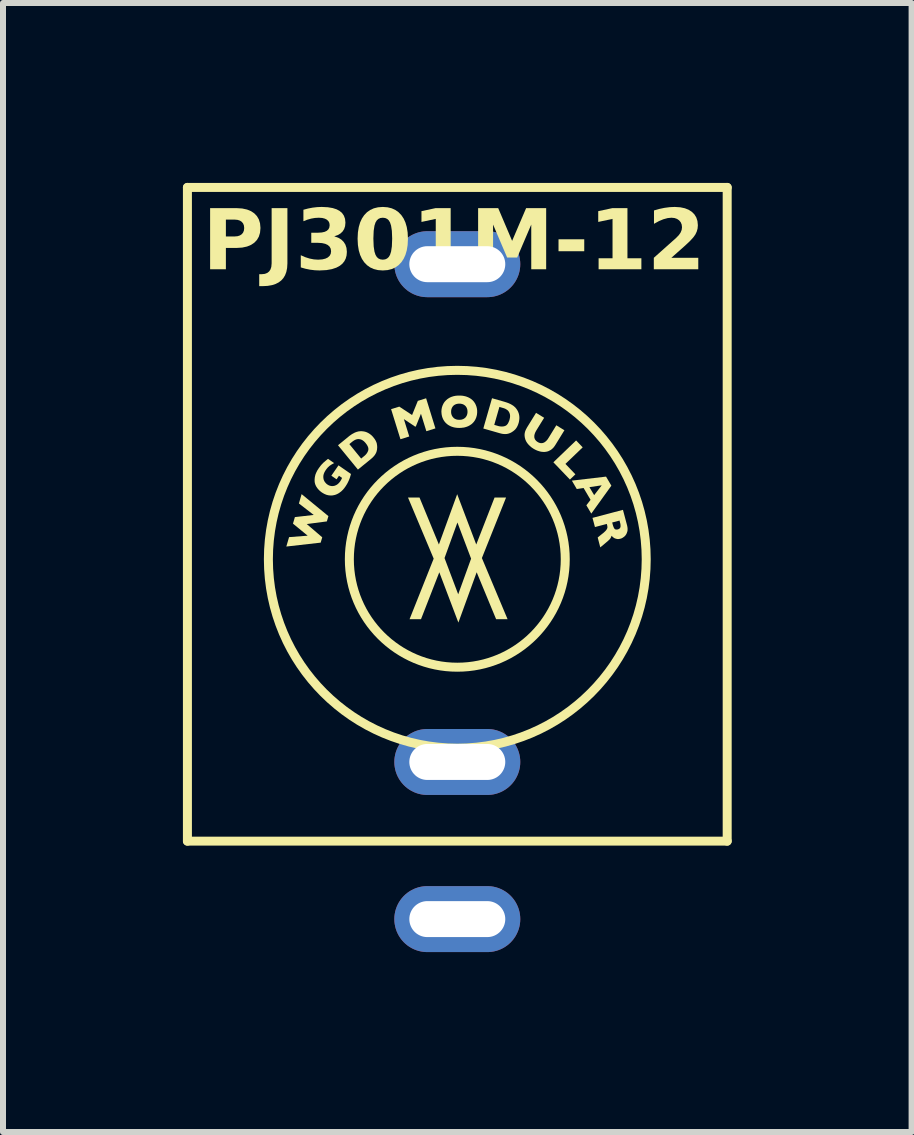
<source format=kicad_pcb>
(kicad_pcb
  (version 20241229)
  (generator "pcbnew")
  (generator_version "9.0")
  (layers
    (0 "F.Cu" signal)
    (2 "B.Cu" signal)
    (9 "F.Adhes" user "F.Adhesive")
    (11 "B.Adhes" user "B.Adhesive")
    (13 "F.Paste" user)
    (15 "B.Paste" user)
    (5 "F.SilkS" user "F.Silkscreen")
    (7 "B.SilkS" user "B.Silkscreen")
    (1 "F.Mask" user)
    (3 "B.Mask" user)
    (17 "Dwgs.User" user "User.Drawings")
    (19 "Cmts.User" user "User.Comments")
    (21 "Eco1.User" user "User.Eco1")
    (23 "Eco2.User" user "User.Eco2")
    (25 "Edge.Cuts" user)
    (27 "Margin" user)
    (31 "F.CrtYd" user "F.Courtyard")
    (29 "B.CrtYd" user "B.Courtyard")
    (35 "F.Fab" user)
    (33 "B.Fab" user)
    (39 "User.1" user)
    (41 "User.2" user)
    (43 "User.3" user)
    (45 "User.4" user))
  (footprint "PJ301M-12"
    (layer "F.Cu")
    (at 4.575 6.275)
    (property "Reference" "PJ301M-12" (at -4.25 -5.25 0) (layer "F.SilkS") (effects (font (face "Gill Sans") (size 1 1) (thickness 0.2) (bold yes) (italic yes)) (justify left)))
    (attr through_hole)
    (fp_line (start -4.5 -6.2) (end -4.5 4.7) (stroke (width 0.15) (type solid)) (layer "F.SilkS"))
    (fp_line (start -4.5 -6.2) (end 4.5 -6.2) (stroke (width 0.15) (type solid)) (layer "F.SilkS"))
    (fp_line (start -4.5 4.7) (end 4.5 4.7) (stroke (width 0.15) (type solid)) (layer "F.SilkS"))
    (fp_line (start 4.5 -6.2) (end 4.5 4.7) (stroke (width 0.15) (type solid)) (layer "F.SilkS"))
    (fp_circle (center 0 0) (end 1.8 0) (stroke (width 0.15) (type solid)) (fill no) (layer "F.SilkS"))
    (fp_circle (center 0 0) (end 3.15 0) (stroke (width 0.15) (type solid)) (fill no) (layer "F.SilkS"))
    (fp_poly (pts (xy 2.091 -1.866) (xy 1.803 -1.59) (xy 1.969 -1.416) (xy 1.878 -1.329) (xy 1.602 -1.617) (xy 1.981 -1.981)) (stroke (width -0.000001) (type solid)) (fill yes) (layer "F.SilkS"))
    (fp_poly (pts (xy -2.149 -0.719) (xy -2.175 -0.631) (xy -2.51 -0.587) (xy -2.252 -0.366) (xy -2.278 -0.277) (xy -2.851 -0.212) (xy -2.805 -0.369) (xy -2.495 -0.393) (xy -2.74 -0.594) (xy -2.708 -0.703) (xy -2.394 -0.739) (xy -2.641 -0.93) (xy -2.596 -1.086)) (stroke (width -0.000001) (type solid)) (fill yes) (layer "F.SilkS"))
    (fp_poly (pts (xy -0.365 -2.182) (xy -0.516 -2.135) (xy -0.606 -2.426) (xy -0.691 -2.215) (xy -0.702 -2.211) (xy -0.891 -2.337) (xy -0.801 -2.047) (xy -0.948 -2.001) (xy -1.104 -2.503) (xy -0.967 -2.545) (xy -0.754 -2.405) (xy -0.658 -2.641) (xy -0.52 -2.684)) (stroke (width -0.000001) (type solid)) (fill yes) (layer "F.SilkS"))
    (fp_poly (pts (xy 2.569 -1.227) (xy 2.234 -0.761) (xy 2.152 -0.9) (xy 2.222 -0.991) (xy 2.106 -1.188) (xy 1.992 -1.171) (xy 1.974 -1.202) (xy 2.203 -1.202) (xy 2.282 -1.069) (xy 2.408 -1.233) (xy 2.203 -1.202) (xy 1.974 -1.202) (xy 1.91 -1.311) (xy 2.48 -1.378)) (stroke (width -0.000001) (type solid)) (fill yes) (layer "F.SilkS"))
    (fp_poly (pts (xy 0.316 -0.246) (xy 0.621 -1.029) (xy 0.813 -1.029) (xy 0.41 -0.02) (xy 0.838 0.999) (xy 0.647 0.999) (xy 0.323 0.217) (xy 0.018 1.056) (xy -0.3 0.217) (xy -0.605 0.999) (xy -0.796 0.999) (xy -0.394 -0.01) (xy -0.398 -0.02) (xy -0.213 -0.02) (xy 0.015 0.584) (xy 0.23 -0.01) (xy 0.002 -0.613) (xy -0.213 -0.02) (xy -0.398 -0.02) (xy -0.822 -1.029) (xy -0.63 -1.029) (xy -0.307 -0.246) (xy -0.002 -1.085)) (stroke (width -0.000001) (type solid)) (fill yes) (layer "F.SilkS"))
    (fp_poly (pts (xy 0.789 -2.625) (xy 0.8 -2.621) (xy 0.812 -2.618) (xy 0.822 -2.614) (xy 0.832 -2.611) (xy 0.842 -2.607) (xy 0.851 -2.604) (xy 0.86 -2.6) (xy 0.868 -2.596) (xy 0.876 -2.593) (xy 0.884 -2.589) (xy 0.891 -2.585) (xy 0.899 -2.581) (xy 0.906 -2.577) (xy 0.912 -2.573) (xy 0.919 -2.569) (xy 0.925 -2.565) (xy 0.931 -2.561) (xy 0.937 -2.557) (xy 0.942 -2.553) (xy 0.947 -2.548) (xy 0.952 -2.544) (xy 0.957 -2.54) (xy 0.961 -2.536) (xy 0.965 -2.532) (xy 0.969 -2.528) (xy 0.973 -2.524) (xy 0.976 -2.519) (xy 0.98 -2.515) (xy 0.983 -2.511) (xy 0.986 -2.507) (xy 0.989 -2.503) (xy 0.992 -2.498) (xy 0.997 -2.491) (xy 1.001 -2.484) (xy 1.006 -2.476) (xy 1.01 -2.468) (xy 1.014 -2.46) (xy 1.017 -2.452) (xy 1.02 -2.444) (xy 1.023 -2.435) (xy 1.025 -2.431) (xy 1.026 -2.427) (xy 1.028 -2.418) (xy 1.03 -2.409) (xy 1.032 -2.399) (xy 1.033 -2.39) (xy 1.034 -2.38) (xy 1.035 -2.37) (xy 1.035 -2.36) (xy 1.035 -2.349) (xy 1.034 -2.339) (xy 1.033 -2.328) (xy 1.032 -2.318) (xy 1.03 -2.307) (xy 1.028 -2.296) (xy 1.026 -2.285) (xy 1.023 -2.274) (xy 1.02 -2.265) (xy 1.017 -2.255) (xy 1.014 -2.246) (xy 1.01 -2.238) (xy 1.007 -2.229) (xy 1.003 -2.221) (xy 0.999 -2.214) (xy 0.996 -2.206) (xy 0.991 -2.199) (xy 0.987 -2.192) (xy 0.983 -2.186) (xy 0.978 -2.18) (xy 0.974 -2.174) (xy 0.969 -2.168) (xy 0.964 -2.163) (xy 0.959 -2.158) (xy 0.953 -2.153) (xy 0.948 -2.148) (xy 0.943 -2.144) (xy 0.938 -2.14) (xy 0.932 -2.135) (xy 0.927 -2.132) (xy 0.921 -2.128) (xy 0.916 -2.124) (xy 0.91 -2.121) (xy 0.905 -2.117) (xy 0.899 -2.114) (xy 0.893 -2.111) (xy 0.888 -2.108) (xy 0.882 -2.106) (xy 0.876 -2.103) (xy 0.87 -2.101) (xy 0.862 -2.098) (xy 0.853 -2.095) (xy 0.844 -2.093) (xy 0.835 -2.091) (xy 0.826 -2.089) (xy 0.816 -2.088) (xy 0.806 -2.088) (xy 0.796 -2.087) (xy 0.786 -2.088) (xy 0.775 -2.088) (xy 0.764 -2.09) (xy 0.753 -2.091) (xy 0.742 -2.093) (xy 0.73 -2.096) (xy 0.718 -2.099) (xy 0.706 -2.102) (xy 0.434 -2.18) (xy 0.451 -2.241) (xy 0.616 -2.241) (xy 0.681 -2.222) (xy 0.688 -2.22) (xy 0.696 -2.218) (xy 0.703 -2.217) (xy 0.71 -2.216) (xy 0.717 -2.215) (xy 0.725 -2.214) (xy 0.732 -2.214) (xy 0.739 -2.213) (xy 0.746 -2.213) (xy 0.752 -2.214) (xy 0.759 -2.214) (xy 0.766 -2.215) (xy 0.773 -2.216) (xy 0.779 -2.217) (xy 0.786 -2.219) (xy 0.792 -2.221) (xy 0.796 -2.222) (xy 0.799 -2.223) (xy 0.802 -2.225) (xy 0.805 -2.226) (xy 0.808 -2.228) (xy 0.811 -2.229) (xy 0.814 -2.231) (xy 0.817 -2.233) (xy 0.82 -2.236) (xy 0.822 -2.238) (xy 0.825 -2.24) (xy 0.828 -2.243) (xy 0.83 -2.246) (xy 0.833 -2.249) (xy 0.835 -2.252) (xy 0.838 -2.255) (xy 0.84 -2.258) (xy 0.843 -2.262) (xy 0.847 -2.269) (xy 0.851 -2.277) (xy 0.855 -2.286) (xy 0.859 -2.295) (xy 0.863 -2.304) (xy 0.867 -2.314) (xy 0.87 -2.325) (xy 0.872 -2.333) (xy 0.874 -2.34) (xy 0.875 -2.348) (xy 0.877 -2.355) (xy 0.878 -2.362) (xy 0.879 -2.369) (xy 0.879 -2.375) (xy 0.88 -2.382) (xy 0.88 -2.388) (xy 0.88 -2.394) (xy 0.879 -2.4) (xy 0.879 -2.406) (xy 0.878 -2.412) (xy 0.877 -2.417) (xy 0.875 -2.423) (xy 0.874 -2.428) (xy 0.872 -2.433) (xy 0.87 -2.438) (xy 0.868 -2.443) (xy 0.866 -2.447) (xy 0.864 -2.452) (xy 0.861 -2.456) (xy 0.859 -2.46) (xy 0.856 -2.464) (xy 0.854 -2.468) (xy 0.851 -2.472) (xy 0.848 -2.475) (xy 0.845 -2.478) (xy 0.841 -2.482) (xy 0.838 -2.485) (xy 0.834 -2.488) (xy 0.831 -2.49) (xy 0.827 -2.493) (xy 0.823 -2.495) (xy 0.819 -2.498) (xy 0.816 -2.5) (xy 0.812 -2.502) (xy 0.808 -2.505) (xy 0.804 -2.507) (xy 0.8 -2.509) (xy 0.796 -2.511) (xy 0.792 -2.512) (xy 0.788 -2.514) (xy 0.784 -2.516) (xy 0.78 -2.517) (xy 0.775 -2.519) (xy 0.771 -2.52) (xy 0.767 -2.521) (xy 0.702 -2.54) (xy 0.616 -2.241) (xy 0.451 -2.241) (xy 0.579 -2.685)) (stroke (width -0.000001) (type solid)) (fill yes) (layer "F.SilkS"))
    (fp_poly (pts (xy 1.448 -2.359) (xy 1.317 -2.147) (xy 1.314 -2.141) (xy 1.311 -2.136) (xy 1.308 -2.13) (xy 1.305 -2.125) (xy 1.302 -2.12) (xy 1.3 -2.115) (xy 1.298 -2.109) (xy 1.296 -2.104) (xy 1.294 -2.099) (xy 1.292 -2.094) (xy 1.29 -2.089) (xy 1.289 -2.085) (xy 1.288 -2.08) (xy 1.287 -2.075) (xy 1.286 -2.07) (xy 1.285 -2.066) (xy 1.284 -2.061) (xy 1.284 -2.057) (xy 1.284 -2.052) (xy 1.284 -2.048) (xy 1.284 -2.044) (xy 1.284 -2.04) (xy 1.284 -2.035) (xy 1.285 -2.031) (xy 1.285 -2.027) (xy 1.286 -2.024) (xy 1.287 -2.02) (xy 1.288 -2.016) (xy 1.29 -2.012) (xy 1.291 -2.009) (xy 1.293 -2.005) (xy 1.294 -2.002) (xy 1.296 -1.998) (xy 1.298 -1.995) (xy 1.3 -1.992) (xy 1.303 -1.988) (xy 1.305 -1.985) (xy 1.308 -1.982) (xy 1.31 -1.979) (xy 1.313 -1.976) (xy 1.316 -1.973) (xy 1.319 -1.971) (xy 1.322 -1.968) (xy 1.325 -1.965) (xy 1.329 -1.963) (xy 1.332 -1.96) (xy 1.336 -1.958) (xy 1.34 -1.955) (xy 1.344 -1.953) (xy 1.347 -1.951) (xy 1.351 -1.949) (xy 1.355 -1.947) (xy 1.359 -1.945) (xy 1.362 -1.944) (xy 1.366 -1.942) (xy 1.37 -1.941) (xy 1.374 -1.94) (xy 1.378 -1.939) (xy 1.381 -1.938) (xy 1.385 -1.937) (xy 1.389 -1.937) (xy 1.393 -1.936) (xy 1.397 -1.936) (xy 1.401 -1.936) (xy 1.405 -1.936) (xy 1.408 -1.936) (xy 1.412 -1.936) (xy 1.416 -1.937) (xy 1.42 -1.938) (xy 1.424 -1.938) (xy 1.428 -1.939) (xy 1.432 -1.941) (xy 1.435 -1.942) (xy 1.439 -1.943) (xy 1.443 -1.945) (xy 1.447 -1.947) (xy 1.451 -1.949) (xy 1.455 -1.951) (xy 1.458 -1.953) (xy 1.462 -1.956) (xy 1.466 -1.959) (xy 1.47 -1.962) (xy 1.473 -1.965) (xy 1.477 -1.968) (xy 1.481 -1.971) (xy 1.485 -1.975) (xy 1.488 -1.979) (xy 1.492 -1.983) (xy 1.495 -1.987) (xy 1.499 -1.991) (xy 1.503 -1.996) (xy 1.506 -2) (xy 1.51 -2.005) (xy 1.513 -2.01) (xy 1.516 -2.016) (xy 1.52 -2.021) (xy 1.651 -2.234) (xy 1.786 -2.151) (xy 1.634 -1.904) (xy 1.629 -1.897) (xy 1.625 -1.89) (xy 1.62 -1.883) (xy 1.615 -1.877) (xy 1.61 -1.871) (xy 1.606 -1.865) (xy 1.601 -1.859) (xy 1.596 -1.854) (xy 1.59 -1.849) (xy 1.585 -1.844) (xy 1.58 -1.839) (xy 1.574 -1.835) (xy 1.569 -1.83) (xy 1.563 -1.826) (xy 1.558 -1.823) (xy 1.552 -1.819) (xy 1.546 -1.816) (xy 1.54 -1.813) (xy 1.534 -1.81) (xy 1.528 -1.807) (xy 1.523 -1.804) (xy 1.517 -1.802) (xy 1.511 -1.8) (xy 1.505 -1.798) (xy 1.499 -1.796) (xy 1.493 -1.795) (xy 1.486 -1.794) (xy 1.48 -1.792) (xy 1.474 -1.792) (xy 1.468 -1.791) (xy 1.462 -1.79) (xy 1.456 -1.79) (xy 1.443 -1.79) (xy 1.431 -1.79) (xy 1.425 -1.79) (xy 1.419 -1.791) (xy 1.413 -1.792) (xy 1.406 -1.792) (xy 1.4 -1.793) (xy 1.394 -1.794) (xy 1.388 -1.795) (xy 1.382 -1.797) (xy 1.376 -1.798) (xy 1.37 -1.8) (xy 1.365 -1.801) (xy 1.359 -1.803) (xy 1.347 -1.807) (xy 1.335 -1.811) (xy 1.324 -1.816) (xy 1.313 -1.82) (xy 1.302 -1.826) (xy 1.292 -1.831) (xy 1.281 -1.837) (xy 1.271 -1.843) (xy 1.264 -1.847) (xy 1.257 -1.852) (xy 1.25 -1.857) (xy 1.243 -1.861) (xy 1.237 -1.866) (xy 1.23 -1.872) (xy 1.224 -1.877) (xy 1.218 -1.882) (xy 1.212 -1.888) (xy 1.206 -1.893) (xy 1.2 -1.899) (xy 1.194 -1.905) (xy 1.188 -1.911) (xy 1.183 -1.917) (xy 1.177 -1.924) (xy 1.172 -1.93) (xy 1.167 -1.937) (xy 1.162 -1.944) (xy 1.158 -1.95) (xy 1.153 -1.957) (xy 1.149 -1.965) (xy 1.146 -1.972) (xy 1.142 -1.979) (xy 1.139 -1.987) (xy 1.136 -1.994) (xy 1.133 -2.002) (xy 1.131 -2.01) (xy 1.129 -2.018) (xy 1.127 -2.026) (xy 1.125 -2.034) (xy 1.124 -2.043) (xy 1.123 -2.051) (xy 1.122 -2.06) (xy 1.122 -2.069) (xy 1.122 -2.077) (xy 1.122 -2.086) (xy 1.123 -2.095) (xy 1.125 -2.104) (xy 1.126 -2.113) (xy 1.129 -2.122) (xy 1.131 -2.131) (xy 1.134 -2.14) (xy 1.138 -2.149) (xy 1.142 -2.158) (xy 1.146 -2.167) (xy 1.151 -2.176) (xy 1.156 -2.185) (xy 1.161 -2.195) (xy 1.313 -2.441)) (stroke (width -0.000001) (type solid)) (fill yes) (layer "F.SilkS"))
    (fp_poly (pts (xy -1.601 -2.135) (xy -1.592 -2.135) (xy -1.583 -2.134) (xy -1.575 -2.133) (xy -1.566 -2.132) (xy -1.557 -2.131) (xy -1.549 -2.129) (xy -1.54 -2.127) (xy -1.531 -2.125) (xy -1.527 -2.123) (xy -1.523 -2.122) (xy -1.518 -2.12) (xy -1.514 -2.119) (xy -1.51 -2.117) (xy -1.505 -2.115) (xy -1.497 -2.111) (xy -1.488 -2.107) (xy -1.48 -2.102) (xy -1.471 -2.097) (xy -1.462 -2.091) (xy -1.458 -2.088) (xy -1.454 -2.085) (xy -1.45 -2.082) (xy -1.446 -2.079) (xy -1.442 -2.076) (xy -1.437 -2.072) (xy -1.433 -2.069) (xy -1.429 -2.065) (xy -1.426 -2.061) (xy -1.422 -2.058) (xy -1.418 -2.054) (xy -1.414 -2.05) (xy -1.41 -2.045) (xy -1.406 -2.041) (xy -1.403 -2.037) (xy -1.399 -2.032) (xy -1.393 -2.025) (xy -1.387 -2.017) (xy -1.381 -2.009) (xy -1.376 -2.002) (xy -1.371 -1.994) (xy -1.367 -1.987) (xy -1.362 -1.979) (xy -1.359 -1.972) (xy -1.355 -1.964) (xy -1.352 -1.957) (xy -1.349 -1.95) (xy -1.346 -1.942) (xy -1.344 -1.935) (xy -1.342 -1.928) (xy -1.341 -1.921) (xy -1.34 -1.914) (xy -1.339 -1.907) (xy -1.338 -1.9) (xy -1.337 -1.893) (xy -1.337 -1.886) (xy -1.336 -1.879) (xy -1.336 -1.872) (xy -1.336 -1.866) (xy -1.336 -1.859) (xy -1.337 -1.853) (xy -1.337 -1.846) (xy -1.338 -1.84) (xy -1.338 -1.833) (xy -1.339 -1.827) (xy -1.34 -1.821) (xy -1.342 -1.815) (xy -1.343 -1.809) (xy -1.345 -1.8) (xy -1.348 -1.791) (xy -1.351 -1.782) (xy -1.355 -1.774) (xy -1.359 -1.765) (xy -1.364 -1.757) (xy -1.369 -1.748) (xy -1.374 -1.74) (xy -1.381 -1.731) (xy -1.387 -1.723) (xy -1.394 -1.715) (xy -1.402 -1.707) (xy -1.41 -1.698) (xy -1.419 -1.69) (xy -1.428 -1.682) (xy -1.437 -1.674) (xy -1.657 -1.495) (xy -1.989 -1.901) (xy -1.966 -1.92) (xy -1.8 -1.92) (xy -1.603 -1.679) (xy -1.551 -1.722) (xy -1.545 -1.727) (xy -1.539 -1.732) (xy -1.534 -1.737) (xy -1.529 -1.742) (xy -1.524 -1.748) (xy -1.519 -1.753) (xy -1.515 -1.759) (xy -1.51 -1.764) (xy -1.507 -1.77) (xy -1.503 -1.776) (xy -1.499 -1.782) (xy -1.496 -1.788) (xy -1.493 -1.794) (xy -1.491 -1.8) (xy -1.488 -1.807) (xy -1.486 -1.813) (xy -1.485 -1.816) (xy -1.484 -1.819) (xy -1.483 -1.826) (xy -1.483 -1.833) (xy -1.483 -1.84) (xy -1.483 -1.847) (xy -1.484 -1.854) (xy -1.486 -1.862) (xy -1.488 -1.869) (xy -1.491 -1.877) (xy -1.495 -1.885) (xy -1.499 -1.893) (xy -1.503 -1.901) (xy -1.509 -1.91) (xy -1.514 -1.918) (xy -1.521 -1.927) (xy -1.528 -1.936) (xy -1.533 -1.942) (xy -1.538 -1.948) (xy -1.543 -1.953) (xy -1.548 -1.958) (xy -1.553 -1.963) (xy -1.558 -1.968) (xy -1.564 -1.972) (xy -1.569 -1.976) (xy -1.574 -1.98) (xy -1.579 -1.983) (xy -1.584 -1.986) (xy -1.589 -1.989) (xy -1.595 -1.992) (xy -1.6 -1.994) (xy -1.605 -1.996) (xy -1.61 -1.998) (xy -1.615 -1.999) (xy -1.62 -2) (xy -1.625 -2.001) (xy -1.63 -2.002) (xy -1.635 -2.003) (xy -1.64 -2.003) (xy -1.645 -2.004) (xy -1.65 -2.004) (xy -1.655 -2.004) (xy -1.659 -2.003) (xy -1.664 -2.003) (xy -1.668 -2.002) (xy -1.673 -2.001) (xy -1.677 -2) (xy -1.682 -1.999) (xy -1.686 -1.997) (xy -1.69 -1.996) (xy -1.694 -1.994) (xy -1.699 -1.993) (xy -1.703 -1.991) (xy -1.707 -1.989) (xy -1.711 -1.987) (xy -1.715 -1.985) (xy -1.718 -1.983) (xy -1.722 -1.98) (xy -1.726 -1.978) (xy -1.73 -1.976) (xy -1.733 -1.973) (xy -1.737 -1.971) (xy -1.741 -1.968) (xy -1.744 -1.965) (xy -1.748 -1.963) (xy -1.8 -1.92) (xy -1.966 -1.92) (xy -1.82 -2.039) (xy -1.811 -2.047) (xy -1.802 -2.054) (xy -1.793 -2.061) (xy -1.784 -2.067) (xy -1.776 -2.073) (xy -1.767 -2.079) (xy -1.76 -2.084) (xy -1.752 -2.089) (xy -1.744 -2.093) (xy -1.737 -2.097) (xy -1.729 -2.101) (xy -1.722 -2.105) (xy -1.715 -2.109) (xy -1.708 -2.112) (xy -1.701 -2.115) (xy -1.694 -2.118) (xy -1.687 -2.12) (xy -1.68 -2.123) (xy -1.674 -2.125) (xy -1.668 -2.126) (xy -1.661 -2.128) (xy -1.655 -2.13) (xy -1.649 -2.131) (xy -1.644 -2.132) (xy -1.638 -2.133) (xy -1.632 -2.133) (xy -1.627 -2.134) (xy -1.622 -2.134) (xy -1.616 -2.135) (xy -1.611 -2.135) (xy -1.606 -2.135)) (stroke (width -0.000001) (type solid)) (fill yes) (layer "F.SilkS"))
    (fp_poly (pts (xy 2.831 -0.564) (xy 2.833 -0.556) (xy 2.834 -0.548) (xy 2.836 -0.541) (xy 2.837 -0.533) (xy 2.838 -0.526) (xy 2.839 -0.519) (xy 2.839 -0.512) (xy 2.839 -0.505) (xy 2.839 -0.498) (xy 2.839 -0.491) (xy 2.839 -0.485) (xy 2.838 -0.478) (xy 2.837 -0.472) (xy 2.836 -0.466) (xy 2.834 -0.46) (xy 2.832 -0.454) (xy 2.83 -0.448) (xy 2.828 -0.442) (xy 2.826 -0.437) (xy 2.824 -0.431) (xy 2.821 -0.426) (xy 2.819 -0.421) (xy 2.816 -0.416) (xy 2.813 -0.411) (xy 2.81 -0.407) (xy 2.807 -0.402) (xy 2.804 -0.398) (xy 2.8 -0.394) (xy 2.797 -0.39) (xy 2.793 -0.386) (xy 2.789 -0.383) (xy 2.786 -0.379) (xy 2.782 -0.376) (xy 2.777 -0.372) (xy 2.773 -0.369) (xy 2.769 -0.367) (xy 2.765 -0.364) (xy 2.761 -0.361) (xy 2.757 -0.359) (xy 2.753 -0.356) (xy 2.749 -0.354) (xy 2.745 -0.352) (xy 2.741 -0.35) (xy 2.737 -0.348) (xy 2.733 -0.347) (xy 2.729 -0.345) (xy 2.725 -0.344) (xy 2.721 -0.343) (xy 2.716 -0.342) (xy 2.711 -0.341) (xy 2.706 -0.34) (xy 2.702 -0.339) (xy 2.697 -0.338) (xy 2.693 -0.338) (xy 2.688 -0.337) (xy 2.684 -0.337) (xy 2.68 -0.337) (xy 2.676 -0.337) (xy 2.671 -0.337) (xy 2.667 -0.338) (xy 2.663 -0.338) (xy 2.659 -0.339) (xy 2.655 -0.34) (xy 2.652 -0.341) (xy 2.644 -0.343) (xy 2.641 -0.344) (xy 2.637 -0.345) (xy 2.634 -0.346) (xy 2.631 -0.347) (xy 2.628 -0.348) (xy 2.625 -0.35) (xy 2.622 -0.351) (xy 2.619 -0.352) (xy 2.616 -0.354) (xy 2.614 -0.355) (xy 2.611 -0.357) (xy 2.609 -0.358) (xy 2.607 -0.36) (xy 2.605 -0.362) (xy 2.601 -0.365) (xy 2.596 -0.369) (xy 2.592 -0.372) (xy 2.588 -0.376) (xy 2.584 -0.38) (xy 2.58 -0.384) (xy 2.576 -0.388) (xy 2.572 -0.393) (xy 2.571 -0.389) (xy 2.57 -0.386) (xy 2.569 -0.382) (xy 2.567 -0.379) (xy 2.566 -0.376) (xy 2.565 -0.372) (xy 2.564 -0.369) (xy 2.562 -0.366) (xy 2.561 -0.363) (xy 2.559 -0.36) (xy 2.558 -0.357) (xy 2.556 -0.354) (xy 2.554 -0.351) (xy 2.552 -0.349) (xy 2.551 -0.346) (xy 2.549 -0.343) (xy 2.547 -0.34) (xy 2.544 -0.338) (xy 2.542 -0.334) (xy 2.539 -0.331) (xy 2.535 -0.328) (xy 2.532 -0.324) (xy 2.528 -0.32) (xy 2.524 -0.317) (xy 2.515 -0.308) (xy 2.505 -0.299) (xy 2.493 -0.289) (xy 2.481 -0.279) (xy 2.384 -0.198) (xy 2.341 -0.363) (xy 2.42 -0.427) (xy 2.431 -0.435) (xy 2.44 -0.443) (xy 2.449 -0.451) (xy 2.457 -0.459) (xy 2.465 -0.466) (xy 2.471 -0.473) (xy 2.477 -0.479) (xy 2.48 -0.482) (xy 2.482 -0.485) (xy 2.484 -0.488) (xy 2.486 -0.491) (xy 2.488 -0.494) (xy 2.49 -0.497) (xy 2.492 -0.5) (xy 2.493 -0.502) (xy 2.495 -0.505) (xy 2.496 -0.508) (xy 2.497 -0.51) (xy 2.499 -0.513) (xy 2.499 -0.515) (xy 2.5 -0.518) (xy 2.501 -0.52) (xy 2.502 -0.523) (xy 2.502 -0.525) (xy 2.502 -0.527) (xy 2.503 -0.53) (xy 2.503 -0.532) (xy 2.503 -0.534) (xy 2.503 -0.537) (xy 2.503 -0.54) (xy 2.503 -0.542) (xy 2.502 -0.545) (xy 2.502 -0.548) (xy 2.502 -0.55) (xy 2.501 -0.553) (xy 2.501 -0.556) (xy 2.5 -0.559) (xy 2.5 -0.562) (xy 2.499 -0.566) (xy 2.497 -0.572) (xy 2.493 -0.589) (xy 2.295 -0.537) (xy 2.275 -0.613) (xy 2.583 -0.613) (xy 2.591 -0.58) (xy 2.595 -0.567) (xy 2.599 -0.554) (xy 2.603 -0.543) (xy 2.605 -0.538) (xy 2.607 -0.534) (xy 2.609 -0.529) (xy 2.611 -0.525) (xy 2.613 -0.521) (xy 2.615 -0.518) (xy 2.617 -0.514) (xy 2.619 -0.511) (xy 2.622 -0.509) (xy 2.624 -0.506) (xy 2.625 -0.505) (xy 2.626 -0.504) (xy 2.627 -0.503) (xy 2.629 -0.502) (xy 2.63 -0.502) (xy 2.631 -0.501) (xy 2.632 -0.5) (xy 2.634 -0.499) (xy 2.635 -0.499) (xy 2.637 -0.498) (xy 2.638 -0.498) (xy 2.64 -0.497) (xy 2.641 -0.497) (xy 2.643 -0.496) (xy 2.646 -0.496) (xy 2.649 -0.495) (xy 2.653 -0.495) (xy 2.656 -0.495) (xy 2.66 -0.495) (xy 2.664 -0.496) (xy 2.668 -0.496) (xy 2.672 -0.497) (xy 2.676 -0.498) (xy 2.681 -0.499) (xy 2.685 -0.501) (xy 2.689 -0.502) (xy 2.692 -0.504) (xy 2.696 -0.506) (xy 2.699 -0.508) (xy 2.702 -0.51) (xy 2.705 -0.512) (xy 2.707 -0.514) (xy 2.71 -0.517) (xy 2.712 -0.519) (xy 2.714 -0.522) (xy 2.715 -0.525) (xy 2.717 -0.528) (xy 2.718 -0.531) (xy 2.719 -0.534) (xy 2.72 -0.538) (xy 2.721 -0.541) (xy 2.722 -0.545) (xy 2.722 -0.549) (xy 2.722 -0.553) (xy 2.722 -0.558) (xy 2.722 -0.563) (xy 2.722 -0.567) (xy 2.721 -0.572) (xy 2.721 -0.578) (xy 2.72 -0.583) (xy 2.719 -0.589) (xy 2.718 -0.594) (xy 2.717 -0.6) (xy 2.715 -0.607) (xy 2.713 -0.613) (xy 2.705 -0.645) (xy 2.583 -0.613) (xy 2.275 -0.613) (xy 2.254 -0.69) (xy 2.762 -0.824)) (stroke (width -0.000001) (type solid)) (fill yes) (layer "F.SilkS"))
    (fp_poly (pts (xy -2.053 -1.603) (xy -2.062 -1.599) (xy -2.071 -1.594) (xy -2.08 -1.589) (xy -2.089 -1.584) (xy -2.098 -1.579) (xy -2.107 -1.573) (xy -2.116 -1.567) (xy -2.124 -1.561) (xy -2.129 -1.558) (xy -2.133 -1.555) (xy -2.137 -1.551) (xy -2.141 -1.547) (xy -2.146 -1.543) (xy -2.15 -1.539) (xy -2.154 -1.535) (xy -2.159 -1.531) (xy -2.163 -1.526) (xy -2.167 -1.521) (xy -2.171 -1.516) (xy -2.176 -1.511) (xy -2.18 -1.505) (xy -2.184 -1.5) (xy -2.188 -1.494) (xy -2.193 -1.488) (xy -2.197 -1.481) (xy -2.202 -1.474) (xy -2.206 -1.467) (xy -2.21 -1.46) (xy -2.213 -1.453) (xy -2.217 -1.447) (xy -2.22 -1.44) (xy -2.222 -1.433) (xy -2.225 -1.427) (xy -2.227 -1.42) (xy -2.229 -1.414) (xy -2.23 -1.408) (xy -2.232 -1.401) (xy -2.233 -1.395) (xy -2.233 -1.389) (xy -2.234 -1.383) (xy -2.234 -1.377) (xy -2.234 -1.371) (xy -2.234 -1.365) (xy -2.233 -1.359) (xy -2.233 -1.354) (xy -2.232 -1.348) (xy -2.231 -1.343) (xy -2.23 -1.338) (xy -2.229 -1.333) (xy -2.228 -1.328) (xy -2.226 -1.323) (xy -2.224 -1.318) (xy -2.222 -1.314) (xy -2.22 -1.309) (xy -2.218 -1.305) (xy -2.216 -1.3) (xy -2.213 -1.296) (xy -2.21 -1.292) (xy -2.208 -1.288) (xy -2.205 -1.284) (xy -2.202 -1.281) (xy -2.199 -1.277) (xy -2.196 -1.274) (xy -2.193 -1.27) (xy -2.19 -1.267) (xy -2.187 -1.264) (xy -2.184 -1.261) (xy -2.181 -1.258) (xy -2.178 -1.255) (xy -2.174 -1.252) (xy -2.171 -1.25) (xy -2.167 -1.247) (xy -2.163 -1.245) (xy -2.159 -1.242) (xy -2.155 -1.24) (xy -2.151 -1.237) (xy -2.147 -1.235) (xy -2.142 -1.233) (xy -2.138 -1.231) (xy -2.133 -1.229) (xy -2.129 -1.228) (xy -2.125 -1.226) (xy -2.12 -1.225) (xy -2.115 -1.224) (xy -2.111 -1.223) (xy -2.106 -1.222) (xy -2.101 -1.221) (xy -2.097 -1.221) (xy -2.092 -1.22) (xy -2.087 -1.22) (xy -2.082 -1.22) (xy -2.078 -1.22) (xy -2.073 -1.221) (xy -2.068 -1.221) (xy -2.063 -1.222) (xy -2.059 -1.223) (xy -2.054 -1.224) (xy -2.049 -1.225) (xy -2.044 -1.226) (xy -2.04 -1.228) (xy -2.035 -1.23) (xy -2.03 -1.232) (xy -2.025 -1.234) (xy -2.021 -1.236) (xy -2.016 -1.239) (xy -2.011 -1.241) (xy -2.007 -1.244) (xy -2.002 -1.247) (xy -1.997 -1.251) (xy -1.993 -1.254) (xy -1.989 -1.258) (xy -1.984 -1.262) (xy -1.98 -1.266) (xy -1.976 -1.27) (xy -1.972 -1.274) (xy -1.968 -1.279) (xy -1.964 -1.284) (xy -1.96 -1.288) (xy -1.956 -1.294) (xy -1.952 -1.299) (xy -1.948 -1.305) (xy -1.944 -1.312) (xy -1.94 -1.319) (xy -1.936 -1.326) (xy -1.932 -1.333) (xy -1.929 -1.341) (xy -1.925 -1.348) (xy -1.922 -1.357) (xy -1.973 -1.392) (xy -2.013 -1.333) (xy -2.1 -1.393) (xy -1.981 -1.566) (xy -1.773 -1.422) (xy -1.775 -1.413) (xy -1.778 -1.405) (xy -1.781 -1.392) (xy -1.783 -1.385) (xy -1.785 -1.38) (xy -1.787 -1.374) (xy -1.788 -1.368) (xy -1.789 -1.365) (xy -1.79 -1.362) (xy -1.792 -1.359) (xy -1.793 -1.355) (xy -1.796 -1.346) (xy -1.8 -1.337) (xy -1.803 -1.328) (xy -1.807 -1.32) (xy -1.81 -1.311) (xy -1.814 -1.303) (xy -1.818 -1.295) (xy -1.822 -1.287) (xy -1.826 -1.278) (xy -1.83 -1.27) (xy -1.835 -1.262) (xy -1.839 -1.254) (xy -1.844 -1.246) (xy -1.849 -1.238) (xy -1.854 -1.23) (xy -1.859 -1.222) (xy -1.864 -1.214) (xy -1.87 -1.206) (xy -1.876 -1.198) (xy -1.881 -1.19) (xy -1.887 -1.182) (xy -1.894 -1.175) (xy -1.9 -1.167) (xy -1.906 -1.16) (xy -1.913 -1.153) (xy -1.92 -1.147) (xy -1.926 -1.14) (xy -1.933 -1.134) (xy -1.94 -1.128) (xy -1.948 -1.122) (xy -1.955 -1.117) (xy -1.963 -1.111) (xy -1.97 -1.106) (xy -1.978 -1.101) (xy -1.986 -1.096) (xy -1.994 -1.092) (xy -2.002 -1.088) (xy -2.01 -1.084) (xy -2.018 -1.081) (xy -2.027 -1.077) (xy -2.035 -1.075) (xy -2.043 -1.072) (xy -2.052 -1.07) (xy -2.061 -1.068) (xy -2.069 -1.067) (xy -2.078 -1.065) (xy -2.087 -1.064) (xy -2.096 -1.064) (xy -2.105 -1.064) (xy -2.114 -1.064) (xy -2.124 -1.064) (xy -2.133 -1.065) (xy -2.142 -1.066) (xy -2.151 -1.067) (xy -2.16 -1.069) (xy -2.17 -1.072) (xy -2.179 -1.074) (xy -2.188 -1.077) (xy -2.197 -1.081) (xy -2.206 -1.085) (xy -2.216 -1.089) (xy -2.225 -1.094) (xy -2.234 -1.099) (xy -2.243 -1.104) (xy -2.252 -1.11) (xy -2.262 -1.116) (xy -2.267 -1.12) (xy -2.273 -1.125) (xy -2.279 -1.129) (xy -2.284 -1.134) (xy -2.29 -1.138) (xy -2.295 -1.143) (xy -2.3 -1.148) (xy -2.305 -1.153) (xy -2.31 -1.158) (xy -2.315 -1.163) (xy -2.32 -1.169) (xy -2.325 -1.174) (xy -2.329 -1.18) (xy -2.334 -1.186) (xy -2.338 -1.192) (xy -2.342 -1.198) (xy -2.346 -1.204) (xy -2.35 -1.21) (xy -2.354 -1.216) (xy -2.357 -1.223) (xy -2.36 -1.229) (xy -2.363 -1.235) (xy -2.366 -1.242) (xy -2.368 -1.248) (xy -2.37 -1.255) (xy -2.372 -1.261) (xy -2.374 -1.268) (xy -2.375 -1.274) (xy -2.377 -1.281) (xy -2.378 -1.288) (xy -2.378 -1.295) (xy -2.379 -1.301) (xy -2.379 -1.313) (xy -2.379 -1.324) (xy -2.379 -1.334) (xy -2.378 -1.345) (xy -2.377 -1.355) (xy -2.376 -1.365) (xy -2.374 -1.375) (xy -2.372 -1.385) (xy -2.37 -1.394) (xy -2.367 -1.404) (xy -2.365 -1.413) (xy -2.362 -1.421) (xy -2.358 -1.43) (xy -2.355 -1.438) (xy -2.351 -1.447) (xy -2.347 -1.455) (xy -2.343 -1.463) (xy -2.339 -1.471) (xy -2.335 -1.479) (xy -2.33 -1.487) (xy -2.325 -1.495) (xy -2.319 -1.503) (xy -2.314 -1.512) (xy -2.308 -1.521) (xy -2.298 -1.534) (xy -2.288 -1.547) (xy -2.279 -1.56) (xy -2.269 -1.571) (xy -2.26 -1.582) (xy -2.251 -1.591) (xy -2.242 -1.6) (xy -2.234 -1.609) (xy -2.225 -1.617) (xy -2.216 -1.624) (xy -2.207 -1.632) (xy -2.197 -1.641) (xy -2.187 -1.649) (xy -2.177 -1.657) (xy -2.166 -1.666) (xy -2.155 -1.674)) (stroke (width -0.000001) (type solid)) (fill yes) (layer "F.SilkS"))
    (fp_poly (pts (xy 0.05 -2.729) (xy 0.068 -2.728) (xy 0.085 -2.727) (xy 0.093 -2.725) (xy 0.101 -2.724) (xy 0.109 -2.723) (xy 0.117 -2.721) (xy 0.125 -2.719) (xy 0.133 -2.718) (xy 0.14 -2.715) (xy 0.148 -2.713) (xy 0.155 -2.711) (xy 0.162 -2.708) (xy 0.169 -2.705) (xy 0.176 -2.703) (xy 0.183 -2.7) (xy 0.189 -2.696) (xy 0.196 -2.693) (xy 0.202 -2.69) (xy 0.208 -2.686) (xy 0.214 -2.683) (xy 0.22 -2.679) (xy 0.226 -2.675) (xy 0.231 -2.671) (xy 0.237 -2.667) (xy 0.242 -2.663) (xy 0.247 -2.659) (xy 0.252 -2.654) (xy 0.256 -2.65) (xy 0.261 -2.645) (xy 0.265 -2.641) (xy 0.269 -2.636) (xy 0.274 -2.631) (xy 0.278 -2.626) (xy 0.281 -2.621) (xy 0.285 -2.615) (xy 0.289 -2.61) (xy 0.292 -2.605) (xy 0.295 -2.599) (xy 0.299 -2.594) (xy 0.302 -2.588) (xy 0.304 -2.582) (xy 0.307 -2.576) (xy 0.31 -2.57) (xy 0.312 -2.564) (xy 0.314 -2.558) (xy 0.317 -2.552) (xy 0.319 -2.545) (xy 0.321 -2.539) (xy 0.322 -2.533) (xy 0.324 -2.527) (xy 0.325 -2.52) (xy 0.327 -2.514) (xy 0.328 -2.507) (xy 0.329 -2.501) (xy 0.329 -2.494) (xy 0.33 -2.488) (xy 0.331 -2.481) (xy 0.331 -2.474) (xy 0.331 -2.468) (xy 0.331 -2.461) (xy 0.331 -2.452) (xy 0.331 -2.443) (xy 0.33 -2.434) (xy 0.329 -2.425) (xy 0.328 -2.416) (xy 0.327 -2.407) (xy 0.325 -2.399) (xy 0.323 -2.39) (xy 0.321 -2.382) (xy 0.318 -2.374) (xy 0.316 -2.365) (xy 0.313 -2.357) (xy 0.309 -2.349) (xy 0.306 -2.341) (xy 0.302 -2.333) (xy 0.298 -2.325) (xy 0.294 -2.318) (xy 0.289 -2.31) (xy 0.284 -2.303) (xy 0.279 -2.296) (xy 0.274 -2.289) (xy 0.268 -2.283) (xy 0.262 -2.276) (xy 0.256 -2.27) (xy 0.25 -2.264) (xy 0.243 -2.258) (xy 0.236 -2.252) (xy 0.229 -2.247) (xy 0.221 -2.242) (xy 0.214 -2.237) (xy 0.206 -2.232) (xy 0.197 -2.227) (xy 0.189 -2.223) (xy 0.18 -2.218) (xy 0.171 -2.215) (xy 0.162 -2.211) (xy 0.153 -2.208) (xy 0.143 -2.205) (xy 0.133 -2.202) (xy 0.123 -2.199) (xy 0.113 -2.197) (xy 0.102 -2.195) (xy 0.091 -2.194) (xy 0.08 -2.193) (xy 0.069 -2.191) (xy 0.058 -2.191) (xy 0.046 -2.19) (xy 0.034 -2.19) (xy 0.022 -2.19) (xy 0.01 -2.191) (xy -0.001 -2.191) (xy -0.013 -2.192) (xy -0.024 -2.194) (xy -0.035 -2.195) (xy -0.045 -2.197) (xy -0.056 -2.199) (xy -0.066 -2.202) (xy -0.076 -2.205) (xy -0.086 -2.208) (xy -0.095 -2.211) (xy -0.105 -2.215) (xy -0.114 -2.219) (xy -0.122 -2.223) (xy -0.131 -2.228) (xy -0.139 -2.232) (xy -0.147 -2.237) (xy -0.155 -2.242) (xy -0.163 -2.248) (xy -0.17 -2.253) (xy -0.177 -2.259) (xy -0.183 -2.265) (xy -0.19 -2.271) (xy -0.196 -2.277) (xy -0.202 -2.284) (xy -0.208 -2.291) (xy -0.213 -2.297) (xy -0.218 -2.305) (xy -0.223 -2.312) (xy -0.227 -2.319) (xy -0.232 -2.327) (xy -0.236 -2.335) (xy -0.239 -2.342) (xy -0.243 -2.35) (xy -0.246 -2.358) (xy -0.249 -2.366) (xy -0.252 -2.374) (xy -0.254 -2.382) (xy -0.256 -2.391) (xy -0.258 -2.399) (xy -0.26 -2.407) (xy -0.261 -2.416) (xy -0.262 -2.424) (xy -0.263 -2.433) (xy -0.264 -2.441) (xy -0.264 -2.45) (xy -0.265 -2.459) (xy -0.265 -2.459) (xy -0.103 -2.459) (xy -0.103 -2.452) (xy -0.103 -2.445) (xy -0.102 -2.438) (xy -0.101 -2.431) (xy -0.1 -2.424) (xy -0.098 -2.418) (xy -0.096 -2.411) (xy -0.094 -2.405) (xy -0.091 -2.399) (xy -0.089 -2.393) (xy -0.086 -2.388) (xy -0.082 -2.382) (xy -0.079 -2.377) (xy -0.075 -2.372) (xy -0.071 -2.367) (xy -0.066 -2.362) (xy -0.062 -2.358) (xy -0.057 -2.353) (xy -0.052 -2.349) (xy -0.046 -2.346) (xy -0.041 -2.342) (xy -0.035 -2.339) (xy -0.029 -2.337) (xy -0.023 -2.334) (xy -0.017 -2.332) (xy -0.01 -2.33) (xy -0.003 -2.329) (xy 0.004 -2.327) (xy 0.011 -2.326) (xy 0.018 -2.326) (xy 0.026 -2.325) (xy 0.034 -2.325) (xy 0.039 -2.325) (xy 0.044 -2.325) (xy 0.049 -2.326) (xy 0.055 -2.326) (xy 0.06 -2.327) (xy 0.064 -2.328) (xy 0.069 -2.328) (xy 0.074 -2.329) (xy 0.079 -2.331) (xy 0.083 -2.332) (xy 0.087 -2.333) (xy 0.092 -2.335) (xy 0.096 -2.337) (xy 0.1 -2.338) (xy 0.104 -2.34) (xy 0.108 -2.343) (xy 0.112 -2.345) (xy 0.115 -2.347) (xy 0.119 -2.349) (xy 0.122 -2.352) (xy 0.126 -2.355) (xy 0.129 -2.357) (xy 0.132 -2.36) (xy 0.135 -2.363) (xy 0.138 -2.366) (xy 0.14 -2.369) (xy 0.143 -2.373) (xy 0.145 -2.376) (xy 0.148 -2.379) (xy 0.15 -2.383) (xy 0.152 -2.387) (xy 0.154 -2.39) (xy 0.156 -2.394) (xy 0.158 -2.398) (xy 0.16 -2.402) (xy 0.161 -2.406) (xy 0.163 -2.41) (xy 0.164 -2.415) (xy 0.165 -2.419) (xy 0.166 -2.423) (xy 0.167 -2.428) (xy 0.168 -2.432) (xy 0.169 -2.437) (xy 0.169 -2.441) (xy 0.17 -2.446) (xy 0.17 -2.451) (xy 0.17 -2.455) (xy 0.17 -2.46) (xy 0.17 -2.468) (xy 0.169 -2.475) (xy 0.169 -2.482) (xy 0.168 -2.489) (xy 0.167 -2.492) (xy 0.167 -2.495) (xy 0.166 -2.499) (xy 0.165 -2.502) (xy 0.164 -2.505) (xy 0.163 -2.508) (xy 0.162 -2.511) (xy 0.161 -2.514) (xy 0.16 -2.517) (xy 0.159 -2.52) (xy 0.157 -2.523) (xy 0.156 -2.526) (xy 0.155 -2.529) (xy 0.153 -2.532) (xy 0.152 -2.534) (xy 0.15 -2.537) (xy 0.148 -2.54) (xy 0.147 -2.542) (xy 0.145 -2.545) (xy 0.143 -2.547) (xy 0.141 -2.55) (xy 0.139 -2.552) (xy 0.137 -2.554) (xy 0.135 -2.557) (xy 0.132 -2.559) (xy 0.13 -2.561) (xy 0.128 -2.563) (xy 0.125 -2.565) (xy 0.123 -2.567) (xy 0.12 -2.569) (xy 0.118 -2.571) (xy 0.115 -2.573) (xy 0.112 -2.574) (xy 0.11 -2.576) (xy 0.107 -2.578) (xy 0.104 -2.579) (xy 0.101 -2.581) (xy 0.098 -2.582) (xy 0.095 -2.583) (xy 0.092 -2.585) (xy 0.088 -2.586) (xy 0.085 -2.587) (xy 0.082 -2.588) (xy 0.078 -2.589) (xy 0.075 -2.59) (xy 0.071 -2.591) (xy 0.068 -2.591) (xy 0.064 -2.592) (xy 0.06 -2.593) (xy 0.057 -2.593) (xy 0.053 -2.594) (xy 0.049 -2.594) (xy 0.045 -2.594) (xy 0.041 -2.594) (xy 0.037 -2.594) (xy 0.033 -2.595) (xy 0.025 -2.594) (xy 0.017 -2.594) (xy 0.01 -2.593) (xy 0.003 -2.592) (xy -0.004 -2.591) (xy -0.011 -2.589) (xy -0.018 -2.587) (xy -0.024 -2.585) (xy -0.03 -2.582) (xy -0.036 -2.58) (xy -0.042 -2.577) (xy -0.047 -2.573) (xy -0.053 -2.57) (xy -0.058 -2.566) (xy -0.063 -2.562) (xy -0.067 -2.557) (xy -0.072 -2.552) (xy -0.076 -2.547) (xy -0.08 -2.542) (xy -0.083 -2.537) (xy -0.086 -2.531) (xy -0.089 -2.526) (xy -0.092 -2.52) (xy -0.094 -2.514) (xy -0.096 -2.508) (xy -0.098 -2.501) (xy -0.1 -2.495) (xy -0.101 -2.488) (xy -0.102 -2.481) (xy -0.103 -2.474) (xy -0.103 -2.467) (xy -0.103 -2.459) (xy -0.265 -2.459) (xy -0.265 -2.468) (xy -0.264 -2.476) (xy -0.264 -2.485) (xy -0.263 -2.494) (xy -0.262 -2.502) (xy -0.26 -2.511) (xy -0.259 -2.519) (xy -0.257 -2.528) (xy -0.255 -2.536) (xy -0.252 -2.544) (xy -0.25 -2.552) (xy -0.247 -2.56) (xy -0.244 -2.568) (xy -0.24 -2.576) (xy -0.236 -2.584) (xy -0.233 -2.592) (xy -0.228 -2.599) (xy -0.224 -2.607) (xy -0.219 -2.614) (xy -0.214 -2.621) (xy -0.209 -2.628) (xy -0.203 -2.634) (xy -0.197 -2.641) (xy -0.191 -2.647) (xy -0.185 -2.653) (xy -0.178 -2.659) (xy -0.171 -2.665) (xy -0.164 -2.671) (xy -0.157 -2.676) (xy -0.149 -2.681) (xy -0.141 -2.686) (xy -0.133 -2.691) (xy -0.124 -2.696) (xy -0.115 -2.7) (xy -0.106 -2.704) (xy -0.097 -2.708) (xy -0.087 -2.711) (xy -0.078 -2.714) (xy -0.068 -2.717) (xy -0.058 -2.72) (xy -0.047 -2.722) (xy -0.036 -2.724) (xy -0.026 -2.726) (xy -0.014 -2.727) (xy -0.003 -2.728) (xy 0.008 -2.729) (xy 0.02 -2.729) (xy 0.032 -2.729)) (stroke (width -0.000001) (type solid)) (fill yes) (layer "F.SilkS"))
    (pad "1" thru_hole oval (at 0 6) (size 2.1 1.1) (drill oval 1.6 0.6) (layers "*.Cu" "*.Mask"))
    (pad "2" thru_hole oval (at 0 3.38) (size 2.1 1.1) (drill oval 1.6 0.6) (layers "*.Cu" "*.Mask"))
    (pad "3" thru_hole oval (at 0 -4.92) (size 2.1 1.1) (drill oval 1.6 0.6) (layers "*.Cu" "*.Mask")))
  (gr_rect
    (start -3 -3)
    (end 12.15 15.825)
    (stroke (width 0.1) (type default))
    (fill no)
    (layer "Edge.Cuts")))
</source>
